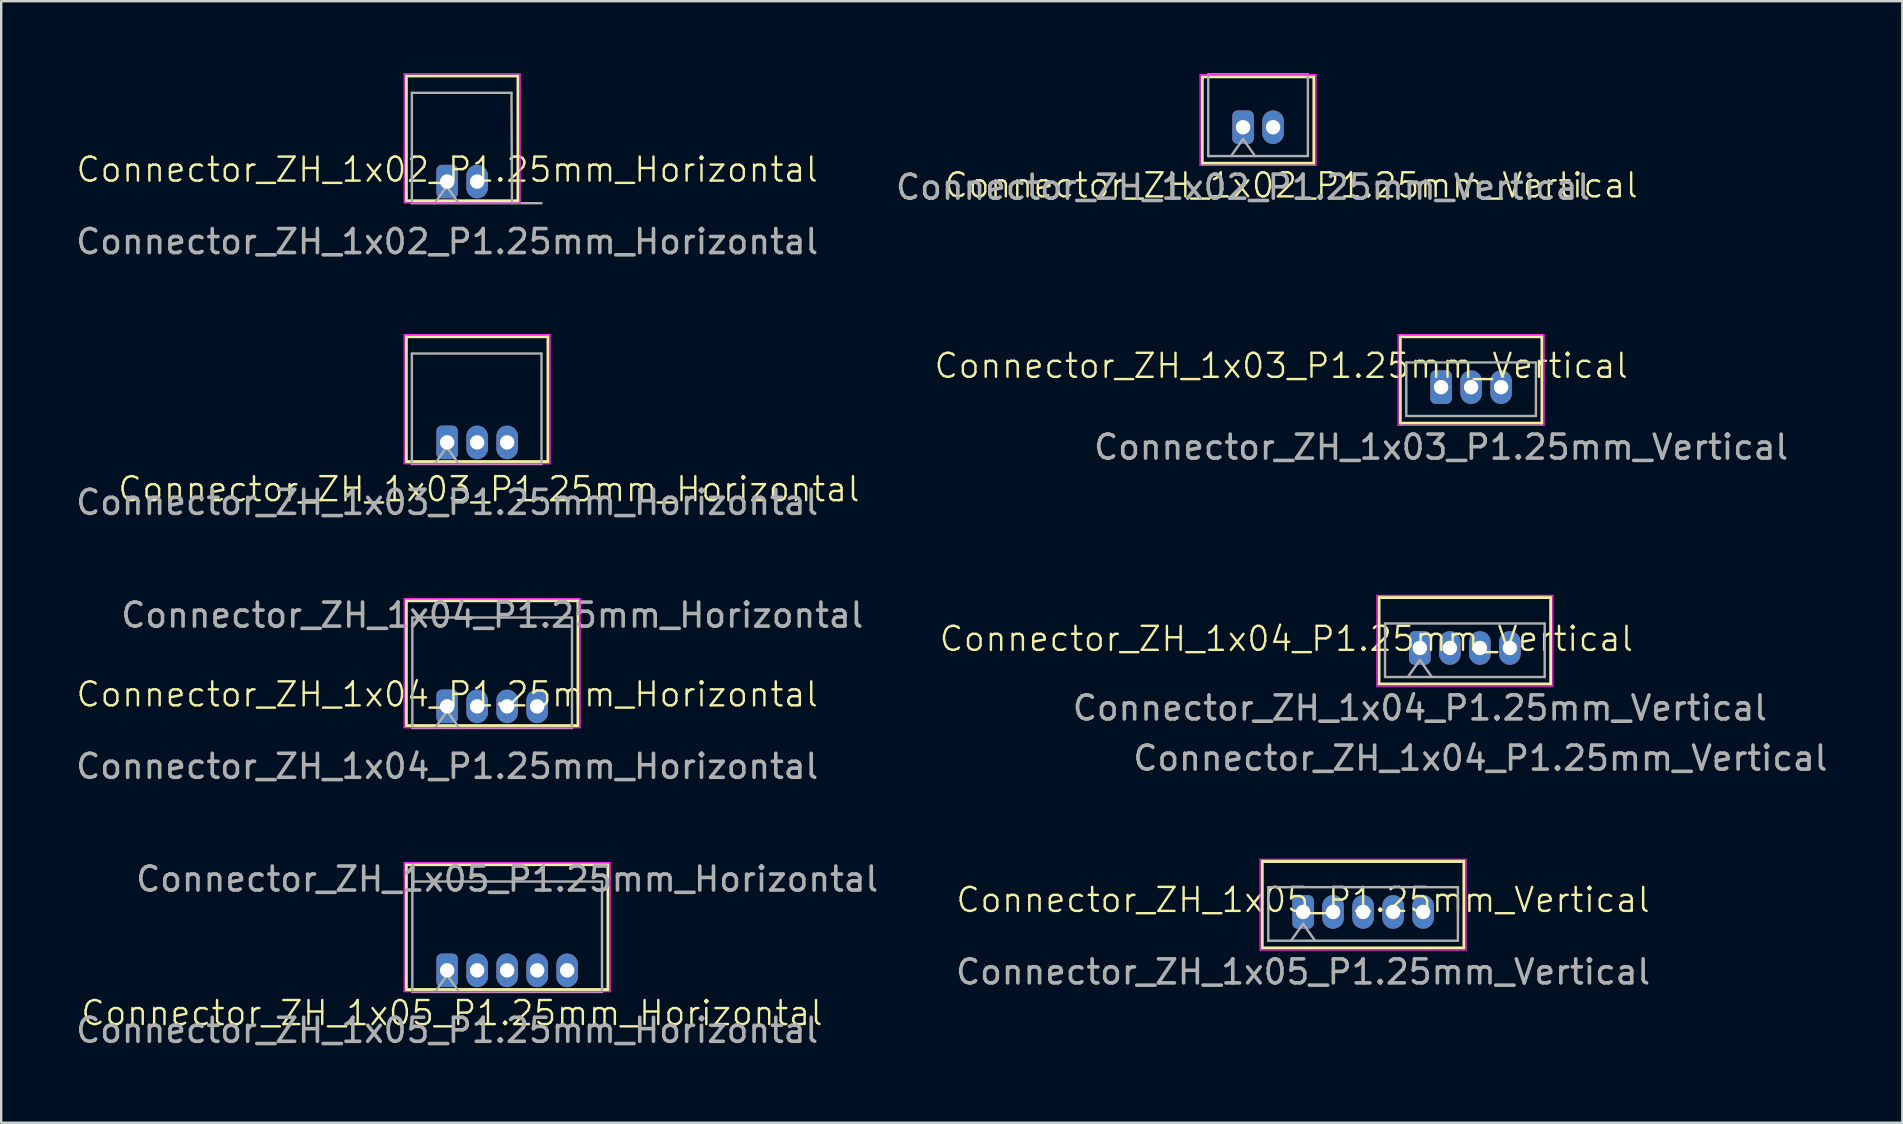
<source format=kicad_pcb>
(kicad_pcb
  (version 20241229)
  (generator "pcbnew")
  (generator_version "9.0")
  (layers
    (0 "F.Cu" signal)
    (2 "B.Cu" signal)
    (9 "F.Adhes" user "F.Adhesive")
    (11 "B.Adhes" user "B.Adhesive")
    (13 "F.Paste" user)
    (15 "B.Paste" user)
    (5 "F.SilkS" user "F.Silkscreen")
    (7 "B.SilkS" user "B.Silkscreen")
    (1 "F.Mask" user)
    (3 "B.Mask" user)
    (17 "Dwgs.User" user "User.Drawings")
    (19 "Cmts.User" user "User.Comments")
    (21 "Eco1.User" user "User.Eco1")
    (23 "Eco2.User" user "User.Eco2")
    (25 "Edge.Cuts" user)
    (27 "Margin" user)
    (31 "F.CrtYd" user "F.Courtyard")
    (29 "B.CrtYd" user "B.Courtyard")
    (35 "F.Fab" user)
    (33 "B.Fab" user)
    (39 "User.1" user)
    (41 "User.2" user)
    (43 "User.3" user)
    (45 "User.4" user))
  (footprint "Connector_ZH_1x02_P1.25mm_Vertical"
    (layer "F.Cu")
    (at 48.732 2.25)
    (property "Reference" "Connector_ZH_1x02_P1.25mm_Vertical" (at 2 2.42 0) (unlocked yes) (layer "F.SilkS") (effects (font (size 1 1) (thickness 0.1))))
    (attr through_hole)
    (fp_line (start -1.7 -2.1) (end -1.7 1.5) (stroke (width 0.12) (type solid)) (layer "F.SilkS"))
    (fp_line (start -1.7 1.5) (end 2.95 1.5) (stroke (width 0.12) (type solid)) (layer "F.SilkS"))
    (fp_line (start 2.95 -2.1) (end -1.7 -2.1) (stroke (width 0.12) (type solid)) (layer "F.SilkS"))
    (fp_line (start 2.95 1.5) (end 2.95 -2.1) (stroke (width 0.12) (type solid)) (layer "F.SilkS"))
    (fp_line (start -1.79 -2.19) (end -1.79 1.59) (stroke (width 0.05) (type solid)) (layer "F.CrtYd"))
    (fp_line (start -1.79 1.59) (end 3.04 1.59) (stroke (width 0.05) (type solid)) (layer "F.CrtYd"))
    (fp_line (start 3.04 -2.19) (end -1.79 -2.19) (stroke (width 0.05) (type solid)) (layer "F.CrtYd"))
    (fp_line (start 3.04 1.59) (end 3.04 -2.19) (stroke (width 0.05) (type solid)) (layer "F.CrtYd"))
    (fp_line (start -1.45 -2.2) (end -1.45 1.2) (stroke (width 0.1) (type solid)) (layer "F.Fab"))
    (fp_line (start -1.45 1.2) (end 2.7 1.2) (stroke (width 0.1) (type solid)) (layer "F.Fab"))
    (fp_line (start -0.5 1.2) (end 0 0.493) (stroke (width 0.1) (type solid)) (layer "F.Fab"))
    (fp_line (start 0 0.493) (end 0.5 1.2) (stroke (width 0.1) (type solid)) (layer "F.Fab"))
    (fp_line (start 2.7 -2.2) (end -1.45 -2.2) (stroke (width 0.1) (type solid)) (layer "F.Fab"))
    (fp_line (start 2.7 1.2) (end 2.7 -2.2) (stroke (width 0.1) (type solid)) (layer "F.Fab"))
    (fp_text user "${REFERENCE}" (at 0 2.5 0) (unlocked yes) (layer "F.Fab") (effects (font (size 1 1) (thickness 0.15))))
    (pad "1" thru_hole roundrect (at 0 0) (size 0.9 1.4) (drill 0.6) (layers "*.Cu" "*.Mask") (roundrect_rratio 0.25))
    (pad "2" thru_hole oval (at 1.25 0) (size 0.9 1.4) (drill 0.6) (layers "*.Cu" "*.Mask")))
  (footprint "Connector_ZH_1x03_P1.25mm_Horizontal"
    (layer "F.Cu")
    (at 15.577 15.378)
    (property "Reference" "Connector_ZH_1x03_P1.25mm_Horizontal" (at 1.74 1.95 0) (unlocked yes) (layer "F.SilkS") (effects (font (size 1 1) (thickness 0.1))))
    (attr through_hole)
    (fp_line (start -1.7 -4.4) (end 4.2 -4.4) (stroke (width 0.12) (type solid)) (layer "F.SilkS"))
    (fp_line (start -1.7 0.8) (end -1.7 -4.4) (stroke (width 0.12) (type solid)) (layer "F.SilkS"))
    (fp_line (start 4.2 -4.4) (end 4.2 0.8) (stroke (width 0.12) (type solid)) (layer "F.SilkS"))
    (fp_line (start 4.2 0.8) (end -1.7 0.8) (stroke (width 0.12) (type solid)) (layer "F.SilkS"))
    (fp_line (start -1.79 -4.49) (end -1.79 0.89) (stroke (width 0.05) (type solid)) (layer "F.CrtYd"))
    (fp_line (start 4.29 -4.49) (end -1.79 -4.49) (stroke (width 0.05) (type solid)) (layer "F.CrtYd"))
    (fp_line (start 4.29 0.89) (end -1.79 0.89) (stroke (width 0.05) (type solid)) (layer "F.CrtYd"))
    (fp_line (start 4.29 0.89) (end 4.29 -4.49) (stroke (width 0.05) (type solid)) (layer "F.CrtYd"))
    (fp_line (start -1.47 -3.7) (end -1.47 0.9) (stroke (width 0.1) (type solid)) (layer "F.Fab"))
    (fp_line (start -1.47 0.9) (end 3.93 0.9) (stroke (width 0.1) (type solid)) (layer "F.Fab"))
    (fp_line (start -0.52 0.9) (end -0.02 0.193) (stroke (width 0.1) (type solid)) (layer "F.Fab"))
    (fp_line (start -0.02 0.193) (end 0.48 0.9) (stroke (width 0.1) (type solid)) (layer "F.Fab"))
    (fp_line (start 3.93 -3.7) (end -1.47 -3.7) (stroke (width 0.1) (type solid)) (layer "F.Fab"))
    (fp_line (start 3.93 0.9) (end 3.93 -3.7) (stroke (width 0.1) (type solid)) (layer "F.Fab"))
    (fp_text user "${REFERENCE}" (at 0 2.5 0) (unlocked yes) (layer "F.Fab") (effects (font (size 1 1) (thickness 0.15))))
    (pad "1" thru_hole roundrect (at 0 0) (size 0.9 1.4) (drill 0.6) (layers "*.Cu" "*.Mask") (roundrect_rratio 0.25))
    (pad "2" thru_hole oval (at 1.25 0) (size 0.9 1.4) (drill 0.6) (layers "*.Cu" "*.Mask"))
    (pad "3" thru_hole oval (at 2.5 0) (size 0.9 1.4) (drill 0.6) (layers "*.Cu" "*.Mask")))
  (footprint "Connector_ZH_1x02_P1.25mm_Horizontal"
    (layer "F.Cu")
    (at 15.577 4.515)
    (property "Reference" "Connector_ZH_1x02_P1.25mm_Horizontal" (at 0 -0.5 0) (unlocked yes) (layer "F.SilkS") (effects (font (size 1 1) (thickness 0.1))))
    (attr smd)
    (fp_line (start -1.7 -4.4) (end 2.95 -4.4) (stroke (width 0.12) (type solid)) (layer "F.SilkS"))
    (fp_line (start -1.7 0.8) (end -1.7 -4.4) (stroke (width 0.12) (type solid)) (layer "F.SilkS"))
    (fp_line (start 2.95 -4.4) (end 2.95 0.8) (stroke (width 0.12) (type solid)) (layer "F.SilkS"))
    (fp_line (start 2.95 0.8) (end -1.7 0.8) (stroke (width 0.12) (type solid)) (layer "F.SilkS"))
    (fp_line (start -1.79 -4.49) (end -1.79 0.89) (stroke (width 0.05) (type solid)) (layer "F.CrtYd"))
    (fp_line (start 3.04 -4.49) (end -1.79 -4.49) (stroke (width 0.05) (type solid)) (layer "F.CrtYd"))
    (fp_line (start 3.04 0.9) (end -1.765 0.89) (stroke (width 0.05) (type solid)) (layer "F.CrtYd"))
    (fp_line (start 3.04 0.9) (end 3.04 -4.49) (stroke (width 0.05) (type solid)) (layer "F.CrtYd"))
    (fp_line (start -1.47 -3.7) (end -1.47 0.9) (stroke (width 0.1) (type solid)) (layer "F.Fab"))
    (fp_line (start -1.47 0.9) (end 3.93 0.9) (stroke (width 0.1) (type solid)) (layer "F.Fab"))
    (fp_line (start -0.52 0.9) (end -0.02 0.193) (stroke (width 0.1) (type solid)) (layer "F.Fab"))
    (fp_line (start -0.02 0.193) (end 0.48 0.9) (stroke (width 0.1) (type solid)) (layer "F.Fab"))
    (fp_line (start 2.68 -3.7) (end -1.47 -3.7) (stroke (width 0.1) (type solid)) (layer "F.Fab"))
    (fp_line (start 2.7 0.9) (end 2.68 -3.7) (stroke (width 0.1) (type solid)) (layer "F.Fab"))
    (fp_text user "${REFERENCE}" (at 0 2.5 0) (unlocked yes) (layer "F.Fab") (effects (font (size 1 1) (thickness 0.15))))
    (pad "1" thru_hole roundrect (at 0 0) (size 0.9 1.4) (drill 0.6) (layers "*.Cu" "*.Mask") (roundrect_rratio 0.25))
    (pad "2" thru_hole oval (at 1.25 0) (size 0.9 1.4) (drill 0.6) (layers "*.Cu" "*.Mask")))
  (footprint "Connector_ZH_1x05_P1.25mm_Vertical"
    (layer "F.Cu")
    (at 51.232 34.938)
    (property "Reference" "Connector_ZH_1x05_P1.25mm_Vertical" (at 0 -0.5 0) (unlocked yes) (layer "F.SilkS") (effects (font (size 1 1) (thickness 0.1))))
    (attr through_hole)
    (fp_line (start -1.7 -2.1) (end -1.7 1.5) (stroke (width 0.12) (type solid)) (layer "F.SilkS"))
    (fp_line (start -1.7 1.5) (end 6.7 1.5) (stroke (width 0.12) (type solid)) (layer "F.SilkS"))
    (fp_line (start 6.7 -2.1) (end -1.7 -2.1) (stroke (width 0.12) (type solid)) (layer "F.SilkS"))
    (fp_line (start 6.7 1.5) (end 6.7 -2.1) (stroke (width 0.12) (type solid)) (layer "F.SilkS"))
    (fp_line (start -1.79 -2.19) (end -1.79 1.59) (stroke (width 0.05) (type solid)) (layer "F.CrtYd"))
    (fp_line (start -1.79 1.59) (end 6.79 1.59) (stroke (width 0.05) (type solid)) (layer "F.CrtYd"))
    (fp_line (start 6.79 -2.19) (end -1.79 -2.19) (stroke (width 0.05) (type solid)) (layer "F.CrtYd"))
    (fp_line (start 6.79 1.59) (end 6.79 -2.19) (stroke (width 0.05) (type solid)) (layer "F.CrtYd"))
    (fp_line (start -1.45 -1.03) (end -1.45 1.2) (stroke (width 0.1) (type solid)) (layer "F.Fab"))
    (fp_line (start -1.45 1.2) (end 6.45 1.2) (stroke (width 0.1) (type solid)) (layer "F.Fab"))
    (fp_line (start -0.5 1.2) (end 0 0.493) (stroke (width 0.1) (type solid)) (layer "F.Fab"))
    (fp_line (start 0 0.493) (end 0.5 1.2) (stroke (width 0.1) (type solid)) (layer "F.Fab"))
    (fp_line (start 6.45 -1.03) (end -1.45 -1.03) (stroke (width 0.1) (type solid)) (layer "F.Fab"))
    (fp_line (start 6.45 1.2) (end 6.45 -1.03) (stroke (width 0.1) (type solid)) (layer "F.Fab"))
    (fp_text user "${REFERENCE}" (at 0 2.5 0) (unlocked yes) (layer "F.Fab") (effects (font (size 1 1) (thickness 0.15))))
    (pad "1" thru_hole roundrect (at 0 0) (size 0.9 1.4) (drill 0.6) (layers "*.Cu" "*.Mask") (roundrect_rratio 0.25))
    (pad "2" thru_hole oval (at 1.25 0) (size 0.9 1.4) (drill 0.6) (layers "*.Cu" "*.Mask"))
    (pad "3" thru_hole oval (at 2.5 0) (size 0.9 1.4) (drill 0.6) (layers "*.Cu" "*.Mask"))
    (pad "4" thru_hole oval (at 3.75 0) (size 0.9 1.4) (drill 0.6) (layers "*.Cu" "*.Mask"))
    (pad "5" thru_hole oval (at 5 0) (size 0.9 1.4) (drill 0.6) (layers "*.Cu" "*.Mask")))
  (footprint "Connector_ZH_1x03_P1.25mm_Vertical"
    (layer "F.Cu")
    (at 56.982 13.078)
    (property "Reference" "Connector_ZH_1x03_P1.25mm_Vertical" (at -6.66 -0.89 0) (unlocked yes) (layer "F.SilkS") (effects (font (size 1 1) (thickness 0.1))))
    (attr through_hole)
    (fp_line (start -1.7 -2.1) (end -1.7 1.5) (stroke (width 0.12) (type solid)) (layer "F.SilkS"))
    (fp_line (start -1.7 1.5) (end 4.2 1.5) (stroke (width 0.12) (type solid)) (layer "F.SilkS"))
    (fp_line (start 4.2 -2.1) (end -1.7 -2.1) (stroke (width 0.12) (type solid)) (layer "F.SilkS"))
    (fp_line (start 4.2 1.5) (end 4.2 -2.1) (stroke (width 0.12) (type solid)) (layer "F.SilkS"))
    (fp_line (start -1.79 -2.19) (end -1.79 1.59) (stroke (width 0.05) (type solid)) (layer "F.CrtYd"))
    (fp_line (start -1.79 1.59) (end 4.29 1.59) (stroke (width 0.05) (type solid)) (layer "F.CrtYd"))
    (fp_line (start 4.29 -2.19) (end -1.79 -2.19) (stroke (width 0.05) (type solid)) (layer "F.CrtYd"))
    (fp_line (start 4.29 1.59) (end 4.29 -2.19) (stroke (width 0.05) (type solid)) (layer "F.CrtYd"))
    (fp_line (start -1.45 -1.03) (end -1.45 1.2) (stroke (width 0.1) (type solid)) (layer "F.Fab"))
    (fp_line (start -1.45 1.2) (end 3.95 1.2) (stroke (width 0.1) (type solid)) (layer "F.Fab"))
    (fp_line (start 3.95 -1.03) (end -1.45 -1.03) (stroke (width 0.1) (type solid)) (layer "F.Fab"))
    (fp_line (start 3.95 1.2) (end 3.95 -1.03) (stroke (width 0.1) (type solid)) (layer "F.Fab"))
    (fp_text user "${REFERENCE}" (at 0 2.5 0) (unlocked yes) (layer "F.Fab") (effects (font (size 1 1) (thickness 0.15))))
    (pad "1" thru_hole roundrect (at 0 0) (size 0.9 1.4) (drill 0.6) (layers "*.Cu" "*.Mask") (roundrect_rratio 0.25))
    (pad "2" thru_hole oval (at 1.25 0) (size 0.9 1.4) (drill 0.6) (layers "*.Cu" "*.Mask"))
    (pad "3" thru_hole oval (at 2.5 0) (size 0.9 1.4) (drill 0.6) (layers "*.Cu" "*.Mask")))
  (footprint "Connector_ZH_1x04_P1.25mm_Vertical"
    (layer "F.Cu")
    (at 56.097 23.942)
    (property "Reference" "Connector_ZH_1x04_P1.25mm_Vertical" (at -5.56 -0.38 0) (unlocked yes) (layer "F.SilkS") (effects (font (size 1 1) (thickness 0.1))))
    (attr through_hole)
    (fp_line (start -1.7 -2.1) (end -1.7 1.5) (stroke (width 0.12) (type solid)) (layer "F.SilkS"))
    (fp_line (start -1.7 1.5) (end 5.45 1.5) (stroke (width 0.12) (type solid)) (layer "F.SilkS"))
    (fp_line (start 5.45 -2.1) (end -1.7 -2.1) (stroke (width 0.12) (type solid)) (layer "F.SilkS"))
    (fp_line (start 5.45 1.5) (end 5.45 -2.1) (stroke (width 0.12) (type solid)) (layer "F.SilkS"))
    (fp_line (start -1.79 -2.19) (end -1.79 1.59) (stroke (width 0.05) (type solid)) (layer "F.CrtYd"))
    (fp_line (start -1.79 1.59) (end 5.54 1.59) (stroke (width 0.05) (type solid)) (layer "F.CrtYd"))
    (fp_line (start 5.54 -2.19) (end -1.79 -2.19) (stroke (width 0.05) (type solid)) (layer "F.CrtYd"))
    (fp_line (start 5.54 1.59) (end 5.54 -2.19) (stroke (width 0.05) (type solid)) (layer "F.CrtYd"))
    (fp_line (start -1.45 -1.02) (end -1.45 1.21) (stroke (width 0.1) (type solid)) (layer "F.Fab"))
    (fp_line (start -1.45 1.21) (end 5.2 1.21) (stroke (width 0.1) (type solid)) (layer "F.Fab"))
    (fp_line (start -0.5 1.21) (end 0 0.503) (stroke (width 0.1) (type solid)) (layer "F.Fab"))
    (fp_line (start 0 0.503) (end 0.5 1.21) (stroke (width 0.1) (type solid)) (layer "F.Fab"))
    (fp_line (start 5.2 -1.02) (end -1.45 -1.02) (stroke (width 0.1) (type solid)) (layer "F.Fab"))
    (fp_line (start 5.2 1.21) (end 5.2 -1.02) (stroke (width 0.1) (type solid)) (layer "F.Fab"))
    (fp_text user "${REFERENCE}" (at 0 2.5 0) (unlocked yes) (layer "F.Fab") (effects (font (size 1 1) (thickness 0.15))))
    (fp_text user "${REFERENCE}" (at 2.52 4.59 0) (layer "F.Fab") (effects (font (size 1 1) (thickness 0.15))))
    (pad "1" thru_hole roundrect (at 0 0) (size 0.9 1.4) (drill 0.6) (layers "*.Cu" "*.Mask") (roundrect_rratio 0.25))
    (pad "2" thru_hole oval (at 1.25 0) (size 0.9 1.4) (drill 0.6) (layers "*.Cu" "*.Mask"))
    (pad "3" thru_hole oval (at 2.5 0) (size 0.9 1.4) (drill 0.6) (layers "*.Cu" "*.Mask"))
    (pad "4" thru_hole oval (at 3.75 0) (size 0.9 1.4) (drill 0.6) (layers "*.Cu" "*.Mask")))
  (footprint "Connector_ZH_1x05_P1.25mm_Horizontal"
    (layer "F.Cu")
    (at 15.577 37.371)
    (property "Reference" "Connector_ZH_1x05_P1.25mm_Horizontal" (at 0.2 1.78 0) (unlocked yes) (layer "F.SilkS") (effects (font (size 1 1) (thickness 0.1))))
    (attr through_hole)
    (fp_line (start -1.7 -4.4) (end 6.7 -4.4) (stroke (width 0.12) (type solid)) (layer "F.SilkS"))
    (fp_line (start -1.7 0.8) (end -1.7 -4.4) (stroke (width 0.12) (type solid)) (layer "F.SilkS"))
    (fp_line (start 6.7 -4.4) (end 6.7 0.8) (stroke (width 0.12) (type solid)) (layer "F.SilkS"))
    (fp_line (start 6.7 0.8) (end -1.7 0.8) (stroke (width 0.12) (type solid)) (layer "F.SilkS"))
    (fp_line (start -1.79 -4.49) (end -1.79 0.89) (stroke (width 0.05) (type solid)) (layer "F.CrtYd"))
    (fp_line (start 6.79 -4.49) (end -1.79 -4.49) (stroke (width 0.05) (type solid)) (layer "F.CrtYd"))
    (fp_line (start 6.79 0.89) (end -1.79 0.89) (stroke (width 0.05) (type solid)) (layer "F.CrtYd"))
    (fp_line (start 6.79 0.89) (end 6.79 -4.49) (stroke (width 0.05) (type solid)) (layer "F.CrtYd"))
    (fp_line (start -1.45 -3.7) (end -1.45 0.9) (stroke (width 0.1) (type solid)) (layer "F.Fab"))
    (fp_line (start -1.45 0.9) (end 6.45 0.9) (stroke (width 0.1) (type solid)) (layer "F.Fab"))
    (fp_line (start -0.5 0.9) (end 0 0.193) (stroke (width 0.1) (type solid)) (layer "F.Fab"))
    (fp_line (start 0 0.193) (end 0.5 0.9) (stroke (width 0.1) (type solid)) (layer "F.Fab"))
    (fp_line (start 6.45 -3.7) (end -1.45 -3.7) (stroke (width 0.1) (type solid)) (layer "F.Fab"))
    (fp_line (start 6.45 0.9) (end 6.45 -3.7) (stroke (width 0.1) (type solid)) (layer "F.Fab"))
    (fp_text user "${REFERENCE}" (at 2.5 -3.8 0) (layer "F.Fab") (effects (font (size 1 1) (thickness 0.15))))
    (fp_text user "${REFERENCE}" (at 0 2.5 0) (unlocked yes) (layer "F.Fab") (effects (font (size 1 1) (thickness 0.15))))
    (pad "1" thru_hole roundrect (at 0 0) (size 0.9 1.4) (drill 0.6) (layers "*.Cu" "*.Mask") (roundrect_rratio 0.25))
    (pad "2" thru_hole oval (at 1.25 0) (size 0.9 1.4) (drill 0.6) (layers "*.Cu" "*.Mask"))
    (pad "3" thru_hole oval (at 2.5 0) (size 0.9 1.4) (drill 0.6) (layers "*.Cu" "*.Mask"))
    (pad "4" thru_hole oval (at 3.75 0) (size 0.9 1.4) (drill 0.6) (layers "*.Cu" "*.Mask"))
    (pad "5" thru_hole oval (at 5 0) (size 0.9 1.4) (drill 0.6) (layers "*.Cu" "*.Mask")))
  (footprint "Connector_ZH_1x04_P1.25mm_Horizontal"
    (layer "F.Cu")
    (at 15.577 26.375)
    (property "Reference" "Connector_ZH_1x04_P1.25mm_Horizontal" (at 0 -0.5 0) (unlocked yes) (layer "F.SilkS") (effects (font (size 1 1) (thickness 0.1))))
    (attr through_hole)
    (fp_line (start -1.7 -4.4) (end 5.45 -4.4) (stroke (width 0.12) (type solid)) (layer "F.SilkS"))
    (fp_line (start -1.7 0.8) (end -1.7 -4.4) (stroke (width 0.12) (type solid)) (layer "F.SilkS"))
    (fp_line (start 5.45 -4.4) (end 5.45 0.8) (stroke (width 0.12) (type solid)) (layer "F.SilkS"))
    (fp_line (start 5.45 0.8) (end -1.7 0.8) (stroke (width 0.12) (type solid)) (layer "F.SilkS"))
    (fp_line (start -1.79 -4.49) (end -1.79 0.89) (stroke (width 0.05) (type solid)) (layer "F.CrtYd"))
    (fp_line (start 5.54 -4.49) (end -1.79 -4.49) (stroke (width 0.05) (type solid)) (layer "F.CrtYd"))
    (fp_line (start 5.54 0.89) (end -1.79 0.89) (stroke (width 0.05) (type solid)) (layer "F.CrtYd"))
    (fp_line (start 5.54 0.89) (end 5.54 -4.49) (stroke (width 0.05) (type solid)) (layer "F.CrtYd"))
    (fp_line (start -1.45 -3.7) (end -1.45 0.9) (stroke (width 0.1) (type solid)) (layer "F.Fab"))
    (fp_line (start -1.45 0.9) (end 5.2 0.9) (stroke (width 0.1) (type solid)) (layer "F.Fab"))
    (fp_line (start -0.5 0.9) (end 0 0.193) (stroke (width 0.1) (type solid)) (layer "F.Fab"))
    (fp_line (start 0 0.193) (end 0.5 0.9) (stroke (width 0.1) (type solid)) (layer "F.Fab"))
    (fp_line (start 5.2 -3.7) (end -1.45 -3.7) (stroke (width 0.1) (type solid)) (layer "F.Fab"))
    (fp_line (start 5.2 0.9) (end 5.2 -3.7) (stroke (width 0.1) (type solid)) (layer "F.Fab"))
    (fp_text user "${REFERENCE}" (at 0 2.5 0) (unlocked yes) (layer "F.Fab") (effects (font (size 1 1) (thickness 0.15))))
    (fp_text user "${REFERENCE}" (at 1.88 -3.8 0) (layer "F.Fab") (effects (font (size 1 1) (thickness 0.15))))
    (pad "1" thru_hole roundrect (at 0 0) (size 0.9 1.4) (drill 0.6) (layers "*.Cu" "*.Mask") (roundrect_rratio 0.25))
    (pad "2" thru_hole oval (at 1.25 0) (size 0.9 1.4) (drill 0.6) (layers "*.Cu" "*.Mask"))
    (pad "3" thru_hole oval (at 2.5 0) (size 0.9 1.4) (drill 0.6) (layers "*.Cu" "*.Mask"))
    (pad "4" thru_hole oval (at 3.75 0) (size 0.9 1.4) (drill 0.6) (layers "*.Cu" "*.Mask")))
  (gr_rect
    (start -3 -3)
    (end 76.195 43.719)
    (stroke (width 0.1) (type default))
    (fill no)
    (layer "Edge.Cuts")))
</source>
